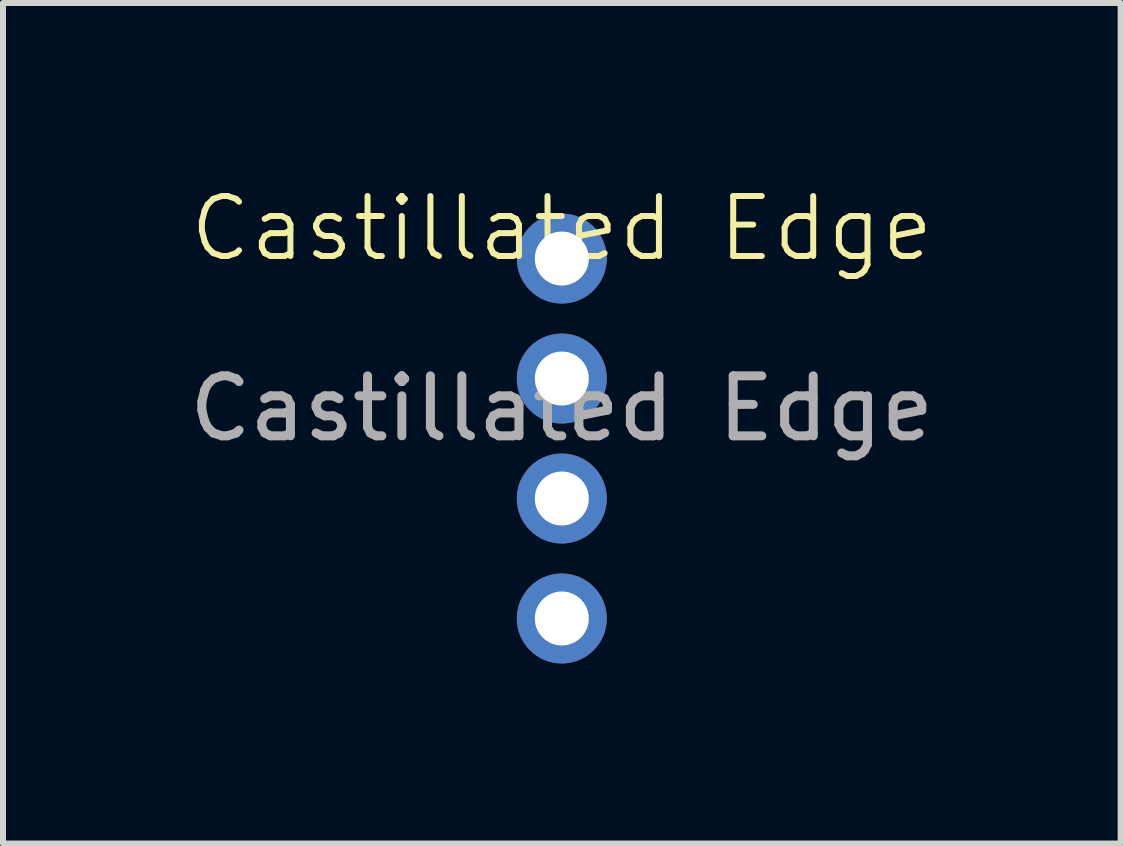
<source format=kicad_pcb>
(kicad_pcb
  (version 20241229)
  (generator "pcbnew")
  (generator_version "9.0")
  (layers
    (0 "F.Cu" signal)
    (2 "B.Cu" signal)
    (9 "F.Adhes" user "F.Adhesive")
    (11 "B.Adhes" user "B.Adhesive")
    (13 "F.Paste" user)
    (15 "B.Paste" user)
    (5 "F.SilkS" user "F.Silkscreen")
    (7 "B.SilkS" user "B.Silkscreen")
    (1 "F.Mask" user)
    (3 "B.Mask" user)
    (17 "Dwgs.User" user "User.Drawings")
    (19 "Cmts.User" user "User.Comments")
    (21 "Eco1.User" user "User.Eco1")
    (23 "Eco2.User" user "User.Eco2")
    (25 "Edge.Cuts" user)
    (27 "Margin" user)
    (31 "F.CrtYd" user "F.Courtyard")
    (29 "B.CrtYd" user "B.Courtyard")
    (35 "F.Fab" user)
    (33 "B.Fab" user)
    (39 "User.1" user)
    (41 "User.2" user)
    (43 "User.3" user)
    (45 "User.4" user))
  (footprint "Castillated Edge"
    (layer "F.Cu")
    (at 6.315 1.26)
    (property "Reference" "Castillated Edge" (at 0 -0.5 0) (unlocked yes) (layer "F.SilkS") (effects (font (size 1 1) (thickness 0.1))))
    (attr smd)
    (fp_text user "${REFERENCE}" (at 0 2.5 0) (unlocked yes) (layer "F.Fab") (effects (font (size 1 1) (thickness 0.15))))
    (pad "1" thru_hole circle (at 0 0) (size 1.5 1.5) (drill 0.9) (property pad_prop_castellated) (layers "*.Cu" "*.Mask"))
    (pad "1" thru_hole circle (at 0 2) (size 1.5 1.5) (drill 0.9) (property pad_prop_castellated) (layers "*.Cu" "*.Mask"))
    (pad "1" thru_hole circle (at 0 4) (size 1.5 1.5) (drill 0.9) (property pad_prop_castellated) (layers "*.Cu" "*.Mask"))
    (pad "1" thru_hole circle (at 0 6) (size 1.5 1.5) (drill 0.9) (property pad_prop_castellated) (layers "*.Cu" "*.Mask")))
  (gr_rect
    (start -3 -3)
    (end 15.631 11.011)
    (stroke (width 0.1) (type default))
    (fill no)
    (layer "Edge.Cuts")))
</source>
